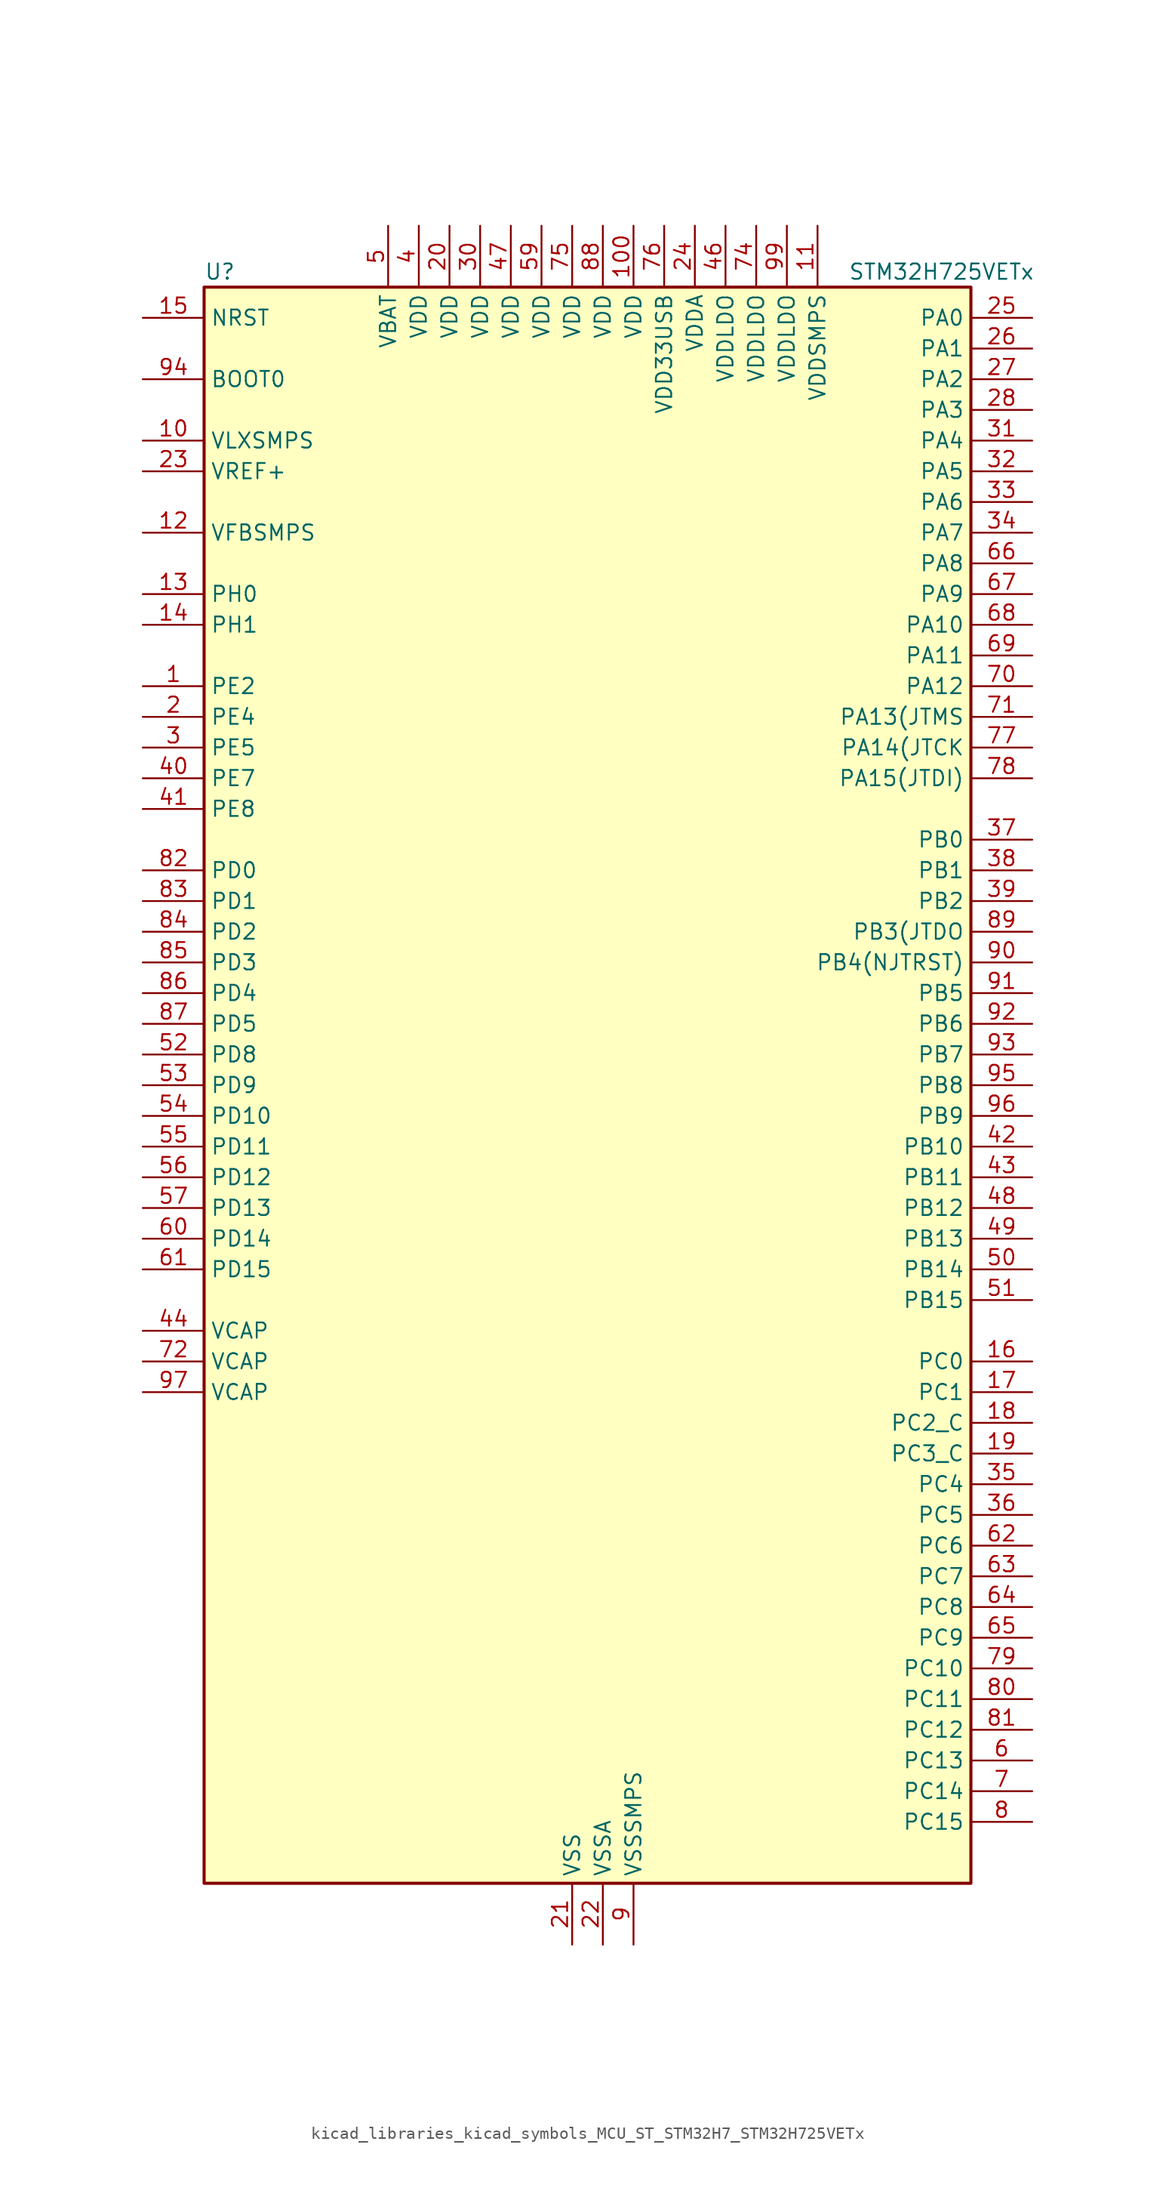
<source format=kicad_sym>
(kicad_symbol_lib
  (version 20220914)
  (generator kicad_symbol_editor)
  (symbol "kicad_libraries_kicad_symbols_MCU_ST_STM32H7_STM32H725VETx"
    (property "Reference" "U"
      (at -30.48 67.31 0)
      (effects (font (size 1.27 1.27)) (justify left)))
    (property "Value" "STM32H725VETx"
      (at 22.86 67.31 0)
      (effects (font (size 1.27 1.27)) (justify left)))
    (property "ki_locked" ""
      (at 0 0 0)
      (effects (font (size 1.27 1.27))))
    (symbol "kicad_libraries_kicad_symbols_MCU_ST_STM32H7_STM32H725VETx_0_1"
      (rectangle (start -30.48 -66.04) (end 33.02 66.04) (stroke (width 0.254) (type default)) (fill (type background))))
    (symbol "kicad_libraries_kicad_symbols_MCU_ST_STM32H7_STM32H725VETx_1_1"
      (pin bidirectional line (at -35.56 33.02 0) (length 5.08) (name "PE2" (effects (font (size 1.27 1.27)))) (number "1" (effects (font (size 1.27 1.27)))) (alternate "DEBUG_TRACECLK" bidirectional line) (alternate "ETH_TXD3" bidirectional line) (alternate "FMC_A23" bidirectional line) (alternate "OCTOSPIM_P1_IO2" bidirectional line) (alternate "SAI1_CK1" bidirectional line) (alternate "SAI1_MCLK_A" bidirectional line) (alternate "SAI4_CK1" bidirectional line) (alternate "SAI4_MCLK_A" bidirectional line) (alternate "SPI4_SCK" bidirectional line))
      (pin power_in line (at -35.56 53.34 0) (length 5.08) (name "VLXSMPS" (effects (font (size 1.27 1.27)))) (number "10" (effects (font (size 1.27 1.27)))))
      (pin power_in line (at 5.08 71.12 270) (length 5.08) (name "VDD" (effects (font (size 1.27 1.27)))) (number "100" (effects (font (size 1.27 1.27)))))
      (pin power_in line (at 20.32 71.12 270) (length 5.08) (name "VDDSMPS" (effects (font (size 1.27 1.27)))) (number "11" (effects (font (size 1.27 1.27)))))
      (pin input line (at -35.56 45.72 0) (length 5.08) (name "VFBSMPS" (effects (font (size 1.27 1.27)))) (number "12" (effects (font (size 1.27 1.27)))))
      (pin bidirectional line (at -35.56 40.64 0) (length 5.08) (name "PH0" (effects (font (size 1.27 1.27)))) (number "13" (effects (font (size 1.27 1.27)))) (alternate "RCC_OSC_IN" bidirectional line))
      (pin bidirectional line (at -35.56 38.1 0) (length 5.08) (name "PH1" (effects (font (size 1.27 1.27)))) (number "14" (effects (font (size 1.27 1.27)))) (alternate "RCC_OSC_OUT" bidirectional line))
      (pin input line (at -35.56 63.5 0) (length 5.08) (name "NRST" (effects (font (size 1.27 1.27)))) (number "15" (effects (font (size 1.27 1.27)))))
      (pin bidirectional line (at 38.1 -22.86 180) (length 5.08) (name "PC0" (effects (font (size 1.27 1.27)))) (number "16" (effects (font (size 1.27 1.27)))) (alternate "ADC1_INP10" bidirectional line) (alternate "ADC2_INP10" bidirectional line) (alternate "ADC3_INP10" bidirectional line) (alternate "DFSDM1_CKIN0" bidirectional line) (alternate "DFSDM1_DATIN4" bidirectional line) (alternate "FMC_A25" bidirectional line) (alternate "FMC_D12" bidirectional line) (alternate "FMC_DA12" bidirectional line) (alternate "FMC_SDNWE" bidirectional line) (alternate "LTDC_G2" bidirectional line) (alternate "LTDC_R5" bidirectional line) (alternate "SAI4_FS_B" bidirectional line) (alternate "USB_OTG_HS_ULPI_STP" bidirectional line))
      (pin bidirectional line (at 38.1 -25.4 180) (length 5.08) (name "PC1" (effects (font (size 1.27 1.27)))) (number "17" (effects (font (size 1.27 1.27)))) (alternate "ADC1_INN10" bidirectional line) (alternate "ADC1_INP11" bidirectional line) (alternate "ADC2_INN10" bidirectional line) (alternate "ADC2_INP11" bidirectional line) (alternate "ADC3_INN10" bidirectional line) (alternate "ADC3_INP11" bidirectional line) (alternate "DEBUG_TRACED0" bidirectional line) (alternate "DFSDM1_CKIN4" bidirectional line) (alternate "DFSDM1_DATIN0" bidirectional line) (alternate "ETH_MDC" bidirectional line) (alternate "I2S2_SDO" bidirectional line) (alternate "LTDC_G5" bidirectional line) (alternate "MDIOS_MDC" bidirectional line) (alternate "OCTOSPIM_P1_IO4" bidirectional line) (alternate "PWR_WKUP6" bidirectional line) (alternate "RTC_TAMP3" bidirectional line) (alternate "SAI1_D1" bidirectional line) (alternate "SAI1_SD_A" bidirectional line) (alternate "SAI4_D1" bidirectional line) (alternate "SAI4_SD_A" bidirectional line) (alternate "SDMMC2_CK" bidirectional line) (alternate "SPI2_MOSI" bidirectional line))
      (pin bidirectional line (at 38.1 -27.94 180) (length 5.08) (name "PC2_C" (effects (font (size 1.27 1.27)))) (number "18" (effects (font (size 1.27 1.27)))) (alternate "ADC3_INN1" bidirectional line) (alternate "ADC3_INP0" bidirectional line) (alternate "DFSDM1_CKIN1" bidirectional line) (alternate "DFSDM1_CKOUT" bidirectional line) (alternate "ETH_TXD2" bidirectional line) (alternate "FMC_SDNE0" bidirectional line) (alternate "I2S2_SDI" bidirectional line) (alternate "OCTOSPIM_P1_IO2" bidirectional line) (alternate "OCTOSPIM_P1_IO5" bidirectional line) (alternate "PWR_CSTOP" bidirectional line) (alternate "SPI2_MISO" bidirectional line) (alternate "USB_OTG_HS_ULPI_DIR" bidirectional line))
      (pin bidirectional line (at 38.1 -30.48 180) (length 5.08) (name "PC3_C" (effects (font (size 1.27 1.27)))) (number "19" (effects (font (size 1.27 1.27)))) (alternate "ADC3_INP1" bidirectional line) (alternate "DFSDM1_DATIN1" bidirectional line) (alternate "ETH_TX_CLK" bidirectional line) (alternate "FMC_SDCKE0" bidirectional line) (alternate "I2S2_SDO" bidirectional line) (alternate "OCTOSPIM_P1_IO0" bidirectional line) (alternate "OCTOSPIM_P1_IO6" bidirectional line) (alternate "PWR_CSLEEP" bidirectional line) (alternate "SPI2_MOSI" bidirectional line) (alternate "USB_OTG_HS_ULPI_NXT" bidirectional line))
      (pin bidirectional line (at -35.56 30.48 0) (length 5.08) (name "PE4" (effects (font (size 1.27 1.27)))) (number "2" (effects (font (size 1.27 1.27)))) (alternate "DCMI_D4" bidirectional line) (alternate "DEBUG_TRACED1" bidirectional line) (alternate "DFSDM1_DATIN3" bidirectional line) (alternate "FMC_A20" bidirectional line) (alternate "LTDC_B0" bidirectional line) (alternate "PSSI_D4" bidirectional line) (alternate "SAI1_D2" bidirectional line) (alternate "SAI1_FS_A" bidirectional line) (alternate "SAI4_D2" bidirectional line) (alternate "SAI4_FS_A" bidirectional line) (alternate "SPI4_NSS" bidirectional line) (alternate "TIM15_CH1N" bidirectional line))
      (pin power_in line (at -10.16 71.12 270) (length 5.08) (name "VDD" (effects (font (size 1.27 1.27)))) (number "20" (effects (font (size 1.27 1.27)))))
      (pin power_in line (at 0 -71.12 90) (length 5.08) (name "VSS" (effects (font (size 1.27 1.27)))) (number "21" (effects (font (size 1.27 1.27)))))
      (pin power_in line (at 2.54 -71.12 90) (length 5.08) (name "VSSA" (effects (font (size 1.27 1.27)))) (number "22" (effects (font (size 1.27 1.27)))))
      (pin input line (at -35.56 50.8 0) (length 5.08) (name "VREF+" (effects (font (size 1.27 1.27)))) (number "23" (effects (font (size 1.27 1.27)))) (alternate "VREFBUF_OUT" bidirectional line))
      (pin power_in line (at 10.16 71.12 270) (length 5.08) (name "VDDA" (effects (font (size 1.27 1.27)))) (number "24" (effects (font (size 1.27 1.27)))))
      (pin bidirectional line (at 38.1 63.5 180) (length 5.08) (name "PA0" (effects (font (size 1.27 1.27)))) (number "25" (effects (font (size 1.27 1.27)))) (alternate "ADC1_INP16" bidirectional line) (alternate "ETH_CRS" bidirectional line) (alternate "FMC_A19" bidirectional line) (alternate "I2S6_WS" bidirectional line) (alternate "PWR_WKUP1" bidirectional line) (alternate "SAI4_SD_B" bidirectional line) (alternate "SDMMC2_CMD" bidirectional line) (alternate "SPI6_NSS" bidirectional line) (alternate "TIM15_BKIN" bidirectional line) (alternate "TIM2_CH1" bidirectional line) (alternate "TIM2_ETR" bidirectional line) (alternate "TIM5_CH1" bidirectional line) (alternate "TIM8_ETR" bidirectional line) (alternate "UART4_TX" bidirectional line) (alternate "USART2_CTS" bidirectional line) (alternate "USART2_NSS" bidirectional line))
      (pin bidirectional line (at 38.1 60.96 180) (length 5.08) (name "PA1" (effects (font (size 1.27 1.27)))) (number "26" (effects (font (size 1.27 1.27)))) (alternate "ADC1_INN16" bidirectional line) (alternate "ADC1_INP17" bidirectional line) (alternate "ETH_REF_CLK" bidirectional line) (alternate "ETH_RX_CLK" bidirectional line) (alternate "LPTIM3_OUT" bidirectional line) (alternate "LTDC_R2" bidirectional line) (alternate "OCTOSPIM_P1_DQS" bidirectional line) (alternate "OCTOSPIM_P1_IO3" bidirectional line) (alternate "SAI4_MCLK_B" bidirectional line) (alternate "TIM15_CH1N" bidirectional line) (alternate "TIM2_CH2" bidirectional line) (alternate "TIM5_CH2" bidirectional line) (alternate "UART4_RX" bidirectional line) (alternate "USART2_DE" bidirectional line) (alternate "USART2_RTS" bidirectional line))
      (pin bidirectional line (at 38.1 58.42 180) (length 5.08) (name "PA2" (effects (font (size 1.27 1.27)))) (number "27" (effects (font (size 1.27 1.27)))) (alternate "ADC1_INP14" bidirectional line) (alternate "ADC2_INP14" bidirectional line) (alternate "ETH_MDIO" bidirectional line) (alternate "LPTIM4_OUT" bidirectional line) (alternate "LTDC_R1" bidirectional line) (alternate "MDIOS_MDIO" bidirectional line) (alternate "OCTOSPIM_P1_IO0" bidirectional line) (alternate "PWR_WKUP2" bidirectional line) (alternate "SAI4_SCK_B" bidirectional line) (alternate "TIM15_CH1" bidirectional line) (alternate "TIM2_CH3" bidirectional line) (alternate "TIM5_CH3" bidirectional line) (alternate "USART2_TX" bidirectional line))
      (pin bidirectional line (at 38.1 55.88 180) (length 5.08) (name "PA3" (effects (font (size 1.27 1.27)))) (number "28" (effects (font (size 1.27 1.27)))) (alternate "ADC1_INP15" bidirectional line) (alternate "ADC2_INP15" bidirectional line) (alternate "ETH_COL" bidirectional line) (alternate "I2S6_MCK" bidirectional line) (alternate "LPTIM5_OUT" bidirectional line) (alternate "LTDC_B2" bidirectional line) (alternate "LTDC_B5" bidirectional line) (alternate "OCTOSPIM_P1_CLK" bidirectional line) (alternate "OCTOSPIM_P1_IO2" bidirectional line) (alternate "TIM15_CH2" bidirectional line) (alternate "TIM2_CH4" bidirectional line) (alternate "TIM5_CH4" bidirectional line) (alternate "USART2_RX" bidirectional line) (alternate "USB_OTG_HS_ULPI_D0" bidirectional line))
      (pin passive line (at 0 -71.12 90) (length 5.08) hide (name "VSS" (effects (font (size 1.27 1.27)))) (number "29" (effects (font (size 1.27 1.27)))))
      (pin bidirectional line (at -35.56 27.94 0) (length 5.08) (name "PE5" (effects (font (size 1.27 1.27)))) (number "3" (effects (font (size 1.27 1.27)))) (alternate "DCMI_D6" bidirectional line) (alternate "DEBUG_TRACED2" bidirectional line) (alternate "DFSDM1_CKIN3" bidirectional line) (alternate "FMC_A21" bidirectional line) (alternate "LTDC_G0" bidirectional line) (alternate "PSSI_D6" bidirectional line) (alternate "SAI1_CK2" bidirectional line) (alternate "SAI1_SCK_A" bidirectional line) (alternate "SAI4_CK2" bidirectional line) (alternate "SAI4_SCK_A" bidirectional line) (alternate "SPI4_MISO" bidirectional line) (alternate "TIM15_CH1" bidirectional line))
      (pin power_in line (at -7.62 71.12 270) (length 5.08) (name "VDD" (effects (font (size 1.27 1.27)))) (number "30" (effects (font (size 1.27 1.27)))))
      (pin bidirectional line (at 38.1 53.34 180) (length 5.08) (name "PA4" (effects (font (size 1.27 1.27)))) (number "31" (effects (font (size 1.27 1.27)))) (alternate "ADC1_INP18" bidirectional line) (alternate "ADC2_INP18" bidirectional line) (alternate "DAC1_OUT1" bidirectional line) (alternate "DCMI_HSYNC" bidirectional line) (alternate "FMC_D8" bidirectional line) (alternate "FMC_DA8" bidirectional line) (alternate "I2S1_WS" bidirectional line) (alternate "I2S3_WS" bidirectional line) (alternate "I2S6_WS" bidirectional line) (alternate "LTDC_VSYNC" bidirectional line) (alternate "PSSI_DE" bidirectional line) (alternate "SPI1_NSS" bidirectional line) (alternate "SPI3_NSS" bidirectional line) (alternate "SPI6_NSS" bidirectional line) (alternate "TIM5_ETR" bidirectional line) (alternate "USART2_CK" bidirectional line))
      (pin bidirectional line (at 38.1 50.8 180) (length 5.08) (name "PA5" (effects (font (size 1.27 1.27)))) (number "32" (effects (font (size 1.27 1.27)))) (alternate "ADC1_INN18" bidirectional line) (alternate "ADC1_INP19" bidirectional line) (alternate "ADC2_INN18" bidirectional line) (alternate "ADC2_INP19" bidirectional line) (alternate "DAC1_OUT2" bidirectional line) (alternate "FMC_D9" bidirectional line) (alternate "FMC_DA9" bidirectional line) (alternate "I2S1_CK" bidirectional line) (alternate "I2S6_CK" bidirectional line) (alternate "LTDC_R4" bidirectional line) (alternate "PSSI_D14" bidirectional line) (alternate "PWR_NDSTOP2" bidirectional line) (alternate "SPI1_SCK" bidirectional line) (alternate "SPI6_SCK" bidirectional line) (alternate "TIM2_CH1" bidirectional line) (alternate "TIM2_ETR" bidirectional line) (alternate "TIM8_CH1N" bidirectional line) (alternate "USB_OTG_HS_ULPI_CK" bidirectional line))
      (pin bidirectional line (at 38.1 48.26 180) (length 5.08) (name "PA6" (effects (font (size 1.27 1.27)))) (number "33" (effects (font (size 1.27 1.27)))) (alternate "ADC1_INP3" bidirectional line) (alternate "ADC2_INP3" bidirectional line) (alternate "DCMI_PIXCLK" bidirectional line) (alternate "I2S1_SDI" bidirectional line) (alternate "I2S6_SDI" bidirectional line) (alternate "LTDC_G2" bidirectional line) (alternate "MDIOS_MDC" bidirectional line) (alternate "OCTOSPIM_P1_IO3" bidirectional line) (alternate "PSSI_PDCK" bidirectional line) (alternate "SPI1_MISO" bidirectional line) (alternate "SPI6_MISO" bidirectional line) (alternate "TIM13_CH1" bidirectional line) (alternate "TIM1_BKIN" bidirectional line) (alternate "TIM1_BKIN_COMP1" bidirectional line) (alternate "TIM1_BKIN_COMP2" bidirectional line) (alternate "TIM3_CH1" bidirectional line) (alternate "TIM8_BKIN" bidirectional line) (alternate "TIM8_BKIN_COMP1" bidirectional line) (alternate "TIM8_BKIN_COMP2" bidirectional line))
      (pin bidirectional line (at 38.1 45.72 180) (length 5.08) (name "PA7" (effects (font (size 1.27 1.27)))) (number "34" (effects (font (size 1.27 1.27)))) (alternate "ADC1_INN3" bidirectional line) (alternate "ADC1_INP7" bidirectional line) (alternate "ADC2_INN3" bidirectional line) (alternate "ADC2_INP7" bidirectional line) (alternate "ETH_CRS_DV" bidirectional line) (alternate "ETH_RX_DV" bidirectional line) (alternate "FMC_SDNWE" bidirectional line) (alternate "I2S1_SDO" bidirectional line) (alternate "I2S6_SDO" bidirectional line) (alternate "LTDC_VSYNC" bidirectional line) (alternate "OCTOSPIM_P1_IO2" bidirectional line) (alternate "OPAMP1_VINM" bidirectional line) (alternate "SPI1_MOSI" bidirectional line) (alternate "SPI6_MOSI" bidirectional line) (alternate "TIM14_CH1" bidirectional line) (alternate "TIM1_CH1N" bidirectional line) (alternate "TIM3_CH2" bidirectional line) (alternate "TIM8_CH1N" bidirectional line))
      (pin bidirectional line (at 38.1 -33.02 180) (length 5.08) (name "PC4" (effects (font (size 1.27 1.27)))) (number "35" (effects (font (size 1.27 1.27)))) (alternate "ADC1_INP4" bidirectional line) (alternate "ADC2_INP4" bidirectional line) (alternate "COMP1_INM" bidirectional line) (alternate "DFSDM1_CKIN2" bidirectional line) (alternate "ETH_RXD0" bidirectional line) (alternate "FMC_A22" bidirectional line) (alternate "FMC_SDNE0" bidirectional line) (alternate "I2S1_MCK" bidirectional line) (alternate "LTDC_R7" bidirectional line) (alternate "OPAMP1_VOUT" bidirectional line) (alternate "SDMMC2_CKIN" bidirectional line) (alternate "SPDIFRX1_IN2" bidirectional line))
      (pin bidirectional line (at 38.1 -35.56 180) (length 5.08) (name "PC5" (effects (font (size 1.27 1.27)))) (number "36" (effects (font (size 1.27 1.27)))) (alternate "ADC1_INN4" bidirectional line) (alternate "ADC1_INP8" bidirectional line) (alternate "ADC2_INN4" bidirectional line) (alternate "ADC2_INP8" bidirectional line) (alternate "COMP1_OUT" bidirectional line) (alternate "DFSDM1_DATIN2" bidirectional line) (alternate "ETH_RXD1" bidirectional line) (alternate "FMC_SDCKE0" bidirectional line) (alternate "LTDC_DE" bidirectional line) (alternate "OCTOSPIM_P1_DQS" bidirectional line) (alternate "OPAMP1_VINM" bidirectional line) (alternate "PSSI_D15" bidirectional line) (alternate "SAI1_D3" bidirectional line) (alternate "SAI4_D3" bidirectional line) (alternate "SPDIFRX1_IN3" bidirectional line))
      (pin bidirectional line (at 38.1 20.32 180) (length 5.08) (name "PB0" (effects (font (size 1.27 1.27)))) (number "37" (effects (font (size 1.27 1.27)))) (alternate "ADC1_INN5" bidirectional line) (alternate "ADC1_INP9" bidirectional line) (alternate "ADC2_INN5" bidirectional line) (alternate "ADC2_INP9" bidirectional line) (alternate "COMP1_INP" bidirectional line) (alternate "DFSDM1_CKOUT" bidirectional line) (alternate "ETH_RXD2" bidirectional line) (alternate "LTDC_G1" bidirectional line) (alternate "LTDC_R3" bidirectional line) (alternate "OCTOSPIM_P1_IO1" bidirectional line) (alternate "OPAMP1_VINP" bidirectional line) (alternate "TIM1_CH2N" bidirectional line) (alternate "TIM3_CH3" bidirectional line) (alternate "TIM8_CH2N" bidirectional line) (alternate "UART4_CTS" bidirectional line) (alternate "USB_OTG_HS_ULPI_D1" bidirectional line))
      (pin bidirectional line (at 38.1 17.78 180) (length 5.08) (name "PB1" (effects (font (size 1.27 1.27)))) (number "38" (effects (font (size 1.27 1.27)))) (alternate "ADC1_INP5" bidirectional line) (alternate "ADC2_INP5" bidirectional line) (alternate "COMP1_INM" bidirectional line) (alternate "DFSDM1_DATIN1" bidirectional line) (alternate "ETH_RXD3" bidirectional line) (alternate "LTDC_G0" bidirectional line) (alternate "LTDC_R6" bidirectional line) (alternate "OCTOSPIM_P1_IO0" bidirectional line) (alternate "TIM1_CH3N" bidirectional line) (alternate "TIM3_CH4" bidirectional line) (alternate "TIM8_CH3N" bidirectional line) (alternate "USB_OTG_HS_ULPI_D2" bidirectional line))
      (pin bidirectional line (at 38.1 15.24 180) (length 5.08) (name "PB2" (effects (font (size 1.27 1.27)))) (number "39" (effects (font (size 1.27 1.27)))) (alternate "COMP1_INP" bidirectional line) (alternate "DFSDM1_CKIN1" bidirectional line) (alternate "ETH_TX_ER" bidirectional line) (alternate "I2S3_SDO" bidirectional line) (alternate "OCTOSPIM_P1_CLK" bidirectional line) (alternate "OCTOSPIM_P1_DQS" bidirectional line) (alternate "RTC_OUT_ALARM" bidirectional line) (alternate "RTC_OUT_CALIB" bidirectional line) (alternate "SAI1_D1" bidirectional line) (alternate "SAI1_SD_A" bidirectional line) (alternate "SAI4_D1" bidirectional line) (alternate "SAI4_SD_A" bidirectional line) (alternate "SPI3_MOSI" bidirectional line) (alternate "TIM23_ETR" bidirectional line))
      (pin power_in line (at -12.7 71.12 270) (length 5.08) (name "VDD" (effects (font (size 1.27 1.27)))) (number "4" (effects (font (size 1.27 1.27)))))
      (pin bidirectional line (at -35.56 25.4 0) (length 5.08) (name "PE7" (effects (font (size 1.27 1.27)))) (number "40" (effects (font (size 1.27 1.27)))) (alternate "COMP2_INM" bidirectional line) (alternate "DFSDM1_DATIN2" bidirectional line) (alternate "FMC_D4" bidirectional line) (alternate "FMC_DA4" bidirectional line) (alternate "OCTOSPIM_P1_IO4" bidirectional line) (alternate "OPAMP2_VOUT" bidirectional line) (alternate "TIM1_ETR" bidirectional line) (alternate "UART7_RX" bidirectional line))
      (pin bidirectional line (at -35.56 22.86 0) (length 5.08) (name "PE8" (effects (font (size 1.27 1.27)))) (number "41" (effects (font (size 1.27 1.27)))) (alternate "COMP2_OUT" bidirectional line) (alternate "DFSDM1_CKIN2" bidirectional line) (alternate "FMC_D5" bidirectional line) (alternate "FMC_DA5" bidirectional line) (alternate "OCTOSPIM_P1_IO5" bidirectional line) (alternate "OPAMP2_VINM" bidirectional line) (alternate "TIM1_CH1N" bidirectional line) (alternate "UART7_TX" bidirectional line))
      (pin bidirectional line (at 38.1 -5.08 180) (length 5.08) (name "PB10" (effects (font (size 1.27 1.27)))) (number "42" (effects (font (size 1.27 1.27)))) (alternate "DFSDM1_DATIN7" bidirectional line) (alternate "ETH_RX_ER" bidirectional line) (alternate "I2C2_SCL" bidirectional line) (alternate "I2S2_CK" bidirectional line) (alternate "LPTIM2_IN1" bidirectional line) (alternate "LTDC_G4" bidirectional line) (alternate "OCTOSPIM_P1_NCS" bidirectional line) (alternate "SPI2_SCK" bidirectional line) (alternate "TIM2_CH3" bidirectional line) (alternate "USART3_TX" bidirectional line) (alternate "USB_OTG_HS_ULPI_D3" bidirectional line))
      (pin bidirectional line (at 38.1 -7.62 180) (length 5.08) (name "PB11" (effects (font (size 1.27 1.27)))) (number "43" (effects (font (size 1.27 1.27)))) (alternate "ADC1_EXTI11" bidirectional line) (alternate "ADC2_EXTI11" bidirectional line) (alternate "ADC3_EXTI11" bidirectional line) (alternate "DFSDM1_CKIN7" bidirectional line) (alternate "ETH_TX_EN" bidirectional line) (alternate "I2C2_SDA" bidirectional line) (alternate "LPTIM2_ETR" bidirectional line) (alternate "LTDC_G5" bidirectional line) (alternate "TIM2_CH4" bidirectional line) (alternate "USART3_RX" bidirectional line) (alternate "USB_OTG_HS_ULPI_D4" bidirectional line))
      (pin power_out line (at -35.56 -20.32 0) (length 5.08) (name "VCAP" (effects (font (size 1.27 1.27)))) (number "44" (effects (font (size 1.27 1.27)))))
      (pin passive line (at 0 -71.12 90) (length 5.08) hide (name "VSS" (effects (font (size 1.27 1.27)))) (number "45" (effects (font (size 1.27 1.27)))))
      (pin power_in line (at 12.7 71.12 270) (length 5.08) (name "VDDLDO" (effects (font (size 1.27 1.27)))) (number "46" (effects (font (size 1.27 1.27)))))
      (pin power_in line (at -5.08 71.12 270) (length 5.08) (name "VDD" (effects (font (size 1.27 1.27)))) (number "47" (effects (font (size 1.27 1.27)))))
      (pin bidirectional line (at 38.1 -10.16 180) (length 5.08) (name "PB12" (effects (font (size 1.27 1.27)))) (number "48" (effects (font (size 1.27 1.27)))) (alternate "DFSDM1_DATIN1" bidirectional line) (alternate "ETH_TXD0" bidirectional line) (alternate "FDCAN2_RX" bidirectional line) (alternate "I2C2_SMBA" bidirectional line) (alternate "I2S2_WS" bidirectional line) (alternate "OCTOSPIM_P1_IO0" bidirectional line) (alternate "OCTOSPIM_P1_NCLK" bidirectional line) (alternate "SPI2_NSS" bidirectional line) (alternate "TIM1_BKIN" bidirectional line) (alternate "TIM1_BKIN_COMP1" bidirectional line) (alternate "TIM1_BKIN_COMP2" bidirectional line) (alternate "UART5_RX" bidirectional line) (alternate "USART3_CK" bidirectional line) (alternate "USB_OTG_HS_ULPI_D5" bidirectional line))
      (pin bidirectional line (at 38.1 -12.7 180) (length 5.08) (name "PB13" (effects (font (size 1.27 1.27)))) (number "49" (effects (font (size 1.27 1.27)))) (alternate "DCMI_D2" bidirectional line) (alternate "DFSDM1_CKIN1" bidirectional line) (alternate "ETH_TXD1" bidirectional line) (alternate "FDCAN2_TX" bidirectional line) (alternate "I2S2_CK" bidirectional line) (alternate "LPTIM2_OUT" bidirectional line) (alternate "OCTOSPIM_P1_IO2" bidirectional line) (alternate "PSSI_D2" bidirectional line) (alternate "SDMMC1_D0" bidirectional line) (alternate "SPI2_SCK" bidirectional line) (alternate "TIM1_CH1N" bidirectional line) (alternate "UART5_TX" bidirectional line) (alternate "USART3_CTS" bidirectional line) (alternate "USART3_NSS" bidirectional line) (alternate "USB_OTG_HS_ULPI_D6" bidirectional line))
      (pin power_in line (at -15.24 71.12 270) (length 5.08) (name "VBAT" (effects (font (size 1.27 1.27)))) (number "5" (effects (font (size 1.27 1.27)))))
      (pin bidirectional line (at 38.1 -15.24 180) (length 5.08) (name "PB14" (effects (font (size 1.27 1.27)))) (number "50" (effects (font (size 1.27 1.27)))) (alternate "DFSDM1_DATIN2" bidirectional line) (alternate "FMC_D10" bidirectional line) (alternate "FMC_DA10" bidirectional line) (alternate "I2S2_SDI" bidirectional line) (alternate "LTDC_CLK" bidirectional line) (alternate "SDMMC2_D0" bidirectional line) (alternate "SPI2_MISO" bidirectional line) (alternate "TIM12_CH1" bidirectional line) (alternate "TIM1_CH2N" bidirectional line) (alternate "TIM8_CH2N" bidirectional line) (alternate "UART4_DE" bidirectional line) (alternate "UART4_RTS" bidirectional line) (alternate "USART1_TX" bidirectional line) (alternate "USART3_DE" bidirectional line) (alternate "USART3_RTS" bidirectional line))
      (pin bidirectional line (at 38.1 -17.78 180) (length 5.08) (name "PB15" (effects (font (size 1.27 1.27)))) (number "51" (effects (font (size 1.27 1.27)))) (alternate "ADC1_EXTI15" bidirectional line) (alternate "ADC2_EXTI15" bidirectional line) (alternate "ADC3_EXTI15" bidirectional line) (alternate "DFSDM1_CKIN2" bidirectional line) (alternate "FMC_D11" bidirectional line) (alternate "FMC_DA11" bidirectional line) (alternate "I2S2_SDO" bidirectional line) (alternate "LTDC_G7" bidirectional line) (alternate "RTC_REFIN" bidirectional line) (alternate "SDMMC2_D1" bidirectional line) (alternate "SPI2_MOSI" bidirectional line) (alternate "TIM12_CH2" bidirectional line) (alternate "TIM1_CH3N" bidirectional line) (alternate "TIM8_CH3N" bidirectional line) (alternate "UART4_CTS" bidirectional line) (alternate "USART1_RX" bidirectional line))
      (pin bidirectional line (at -35.56 2.54 0) (length 5.08) (name "PD8" (effects (font (size 1.27 1.27)))) (number "52" (effects (font (size 1.27 1.27)))) (alternate "DFSDM1_CKIN3" bidirectional line) (alternate "FMC_D13" bidirectional line) (alternate "FMC_DA13" bidirectional line) (alternate "SPDIFRX1_IN1" bidirectional line) (alternate "USART3_TX" bidirectional line))
      (pin bidirectional line (at -35.56 0 0) (length 5.08) (name "PD9" (effects (font (size 1.27 1.27)))) (number "53" (effects (font (size 1.27 1.27)))) (alternate "DAC1_EXTI9" bidirectional line) (alternate "DFSDM1_DATIN3" bidirectional line) (alternate "FMC_D14" bidirectional line) (alternate "FMC_DA14" bidirectional line) (alternate "USART3_RX" bidirectional line))
      (pin bidirectional line (at -35.56 -2.54 0) (length 5.08) (name "PD10" (effects (font (size 1.27 1.27)))) (number "54" (effects (font (size 1.27 1.27)))) (alternate "DFSDM1_CKOUT" bidirectional line) (alternate "FMC_D15" bidirectional line) (alternate "FMC_DA15" bidirectional line) (alternate "LTDC_B3" bidirectional line) (alternate "USART3_CK" bidirectional line))
      (pin bidirectional line (at -35.56 -5.08 0) (length 5.08) (name "PD11" (effects (font (size 1.27 1.27)))) (number "55" (effects (font (size 1.27 1.27)))) (alternate "ADC1_EXTI11" bidirectional line) (alternate "ADC2_EXTI11" bidirectional line) (alternate "ADC3_EXTI11" bidirectional line) (alternate "FMC_A16" bidirectional line) (alternate "FMC_CLE" bidirectional line) (alternate "I2C4_SMBA" bidirectional line) (alternate "LPTIM2_IN2" bidirectional line) (alternate "OCTOSPIM_P1_IO0" bidirectional line) (alternate "SAI4_SD_A" bidirectional line) (alternate "USART3_CTS" bidirectional line) (alternate "USART3_NSS" bidirectional line))
      (pin bidirectional line (at -35.56 -7.62 0) (length 5.08) (name "PD12" (effects (font (size 1.27 1.27)))) (number "56" (effects (font (size 1.27 1.27)))) (alternate "DCMI_D12" bidirectional line) (alternate "FDCAN3_RX" bidirectional line) (alternate "FMC_A17" bidirectional line) (alternate "FMC_ALE" bidirectional line) (alternate "I2C4_SCL" bidirectional line) (alternate "LPTIM1_IN1" bidirectional line) (alternate "LPTIM2_IN1" bidirectional line) (alternate "OCTOSPIM_P1_IO1" bidirectional line) (alternate "PSSI_D12" bidirectional line) (alternate "SAI4_FS_A" bidirectional line) (alternate "TIM4_CH1" bidirectional line) (alternate "USART3_DE" bidirectional line) (alternate "USART3_RTS" bidirectional line))
      (pin bidirectional line (at -35.56 -10.16 0) (length 5.08) (name "PD13" (effects (font (size 1.27 1.27)))) (number "57" (effects (font (size 1.27 1.27)))) (alternate "DCMI_D13" bidirectional line) (alternate "FDCAN3_TX" bidirectional line) (alternate "FMC_A18" bidirectional line) (alternate "I2C4_SDA" bidirectional line) (alternate "LPTIM1_OUT" bidirectional line) (alternate "OCTOSPIM_P1_IO3" bidirectional line) (alternate "PSSI_D13" bidirectional line) (alternate "SAI4_SCK_A" bidirectional line) (alternate "TIM4_CH2" bidirectional line) (alternate "UART9_DE" bidirectional line) (alternate "UART9_RTS" bidirectional line))
      (pin passive line (at 0 -71.12 90) (length 5.08) hide (name "VSS" (effects (font (size 1.27 1.27)))) (number "58" (effects (font (size 1.27 1.27)))))
      (pin power_in line (at -2.54 71.12 270) (length 5.08) (name "VDD" (effects (font (size 1.27 1.27)))) (number "59" (effects (font (size 1.27 1.27)))))
      (pin bidirectional line (at 38.1 -55.88 180) (length 5.08) (name "PC13" (effects (font (size 1.27 1.27)))) (number "6" (effects (font (size 1.27 1.27)))) (alternate "PWR_WKUP4" bidirectional line) (alternate "RTC_OUT_ALARM" bidirectional line) (alternate "RTC_OUT_CALIB" bidirectional line) (alternate "RTC_TAMP1" bidirectional line) (alternate "RTC_TS" bidirectional line))
      (pin bidirectional line (at -35.56 -12.7 0) (length 5.08) (name "PD14" (effects (font (size 1.27 1.27)))) (number "60" (effects (font (size 1.27 1.27)))) (alternate "FMC_D0" bidirectional line) (alternate "FMC_DA0" bidirectional line) (alternate "TIM4_CH3" bidirectional line) (alternate "UART9_RX" bidirectional line))
      (pin bidirectional line (at -35.56 -15.24 0) (length 5.08) (name "PD15" (effects (font (size 1.27 1.27)))) (number "61" (effects (font (size 1.27 1.27)))) (alternate "ADC1_EXTI15" bidirectional line) (alternate "ADC2_EXTI15" bidirectional line) (alternate "ADC3_EXTI15" bidirectional line) (alternate "FMC_D1" bidirectional line) (alternate "FMC_DA1" bidirectional line) (alternate "TIM4_CH4" bidirectional line) (alternate "UART9_TX" bidirectional line))
      (pin bidirectional line (at 38.1 -38.1 180) (length 5.08) (name "PC6" (effects (font (size 1.27 1.27)))) (number "62" (effects (font (size 1.27 1.27)))) (alternate "DCMI_D0" bidirectional line) (alternate "DFSDM1_CKIN3" bidirectional line) (alternate "FMC_NWAIT" bidirectional line) (alternate "I2S2_MCK" bidirectional line) (alternate "LTDC_HSYNC" bidirectional line) (alternate "PSSI_D0" bidirectional line) (alternate "SDMMC1_D0DIR" bidirectional line) (alternate "SDMMC1_D6" bidirectional line) (alternate "SDMMC2_D6" bidirectional line) (alternate "SWPMI1_IO" bidirectional line) (alternate "TIM3_CH1" bidirectional line) (alternate "TIM8_CH1" bidirectional line) (alternate "USART6_TX" bidirectional line))
      (pin bidirectional line (at 38.1 -40.64 180) (length 5.08) (name "PC7" (effects (font (size 1.27 1.27)))) (number "63" (effects (font (size 1.27 1.27)))) (alternate "DCMI_D1" bidirectional line) (alternate "DEBUG_TRGIO" bidirectional line) (alternate "DFSDM1_DATIN3" bidirectional line) (alternate "FMC_NE1" bidirectional line) (alternate "I2S3_MCK" bidirectional line) (alternate "LTDC_G6" bidirectional line) (alternate "PSSI_D1" bidirectional line) (alternate "SDMMC1_D123DIR" bidirectional line) (alternate "SDMMC1_D7" bidirectional line) (alternate "SDMMC2_D7" bidirectional line) (alternate "SWPMI1_TX" bidirectional line) (alternate "TIM3_CH2" bidirectional line) (alternate "TIM8_CH2" bidirectional line) (alternate "USART6_RX" bidirectional line))
      (pin bidirectional line (at 38.1 -43.18 180) (length 5.08) (name "PC8" (effects (font (size 1.27 1.27)))) (number "64" (effects (font (size 1.27 1.27)))) (alternate "DCMI_D2" bidirectional line) (alternate "DEBUG_TRACED1" bidirectional line) (alternate "FMC_INT" bidirectional line) (alternate "FMC_NCE" bidirectional line) (alternate "FMC_NE2" bidirectional line) (alternate "PSSI_D2" bidirectional line) (alternate "SDMMC1_D0" bidirectional line) (alternate "SWPMI1_RX" bidirectional line) (alternate "TIM3_CH3" bidirectional line) (alternate "TIM8_CH3" bidirectional line) (alternate "UART5_DE" bidirectional line) (alternate "UART5_RTS" bidirectional line) (alternate "USART6_CK" bidirectional line))
      (pin bidirectional line (at 38.1 -45.72 180) (length 5.08) (name "PC9" (effects (font (size 1.27 1.27)))) (number "65" (effects (font (size 1.27 1.27)))) (alternate "DAC1_EXTI9" bidirectional line) (alternate "DCMI_D3" bidirectional line) (alternate "I2C3_SDA" bidirectional line) (alternate "I2C5_SDA" bidirectional line) (alternate "I2S_CKIN" bidirectional line) (alternate "LTDC_B2" bidirectional line) (alternate "LTDC_G3" bidirectional line) (alternate "OCTOSPIM_P1_IO0" bidirectional line) (alternate "PSSI_D3" bidirectional line) (alternate "RCC_MCO_2" bidirectional line) (alternate "SDMMC1_D1" bidirectional line) (alternate "SWPMI1_SUSPEND" bidirectional line) (alternate "TIM3_CH4" bidirectional line) (alternate "TIM8_CH4" bidirectional line) (alternate "UART5_CTS" bidirectional line))
      (pin bidirectional line (at 38.1 43.18 180) (length 5.08) (name "PA8" (effects (font (size 1.27 1.27)))) (number "66" (effects (font (size 1.27 1.27)))) (alternate "I2C3_SCL" bidirectional line) (alternate "I2C5_SCL" bidirectional line) (alternate "LTDC_B3" bidirectional line) (alternate "LTDC_R6" bidirectional line) (alternate "RCC_MCO_1" bidirectional line) (alternate "TIM1_CH1" bidirectional line) (alternate "TIM8_BKIN2" bidirectional line) (alternate "TIM8_BKIN2_COMP1" bidirectional line) (alternate "TIM8_BKIN2_COMP2" bidirectional line) (alternate "UART7_RX" bidirectional line) (alternate "USART1_CK" bidirectional line) (alternate "USB_OTG_HS_SOF" bidirectional line))
      (pin bidirectional line (at 38.1 40.64 180) (length 5.08) (name "PA9" (effects (font (size 1.27 1.27)))) (number "67" (effects (font (size 1.27 1.27)))) (alternate "DAC1_EXTI9" bidirectional line) (alternate "DCMI_D0" bidirectional line) (alternate "ETH_TX_ER" bidirectional line) (alternate "I2C3_SMBA" bidirectional line) (alternate "I2C5_SMBA" bidirectional line) (alternate "I2S2_CK" bidirectional line) (alternate "LPUART1_TX" bidirectional line) (alternate "LTDC_R5" bidirectional line) (alternate "PSSI_D0" bidirectional line) (alternate "SPI2_SCK" bidirectional line) (alternate "TIM1_CH2" bidirectional line) (alternate "USART1_TX" bidirectional line) (alternate "USB_OTG_HS_VBUS" bidirectional line))
      (pin bidirectional line (at 38.1 38.1 180) (length 5.08) (name "PA10" (effects (font (size 1.27 1.27)))) (number "68" (effects (font (size 1.27 1.27)))) (alternate "DCMI_D1" bidirectional line) (alternate "LPUART1_RX" bidirectional line) (alternate "LTDC_B1" bidirectional line) (alternate "LTDC_B4" bidirectional line) (alternate "MDIOS_MDIO" bidirectional line) (alternate "PSSI_D1" bidirectional line) (alternate "TIM1_CH3" bidirectional line) (alternate "USART1_RX" bidirectional line) (alternate "USB_OTG_HS_ID" bidirectional line))
      (pin bidirectional line (at 38.1 35.56 180) (length 5.08) (name "PA11" (effects (font (size 1.27 1.27)))) (number "69" (effects (font (size 1.27 1.27)))) (alternate "ADC1_EXTI11" bidirectional line) (alternate "ADC2_EXTI11" bidirectional line) (alternate "ADC3_EXTI11" bidirectional line) (alternate "FDCAN1_RX" bidirectional line) (alternate "I2S2_WS" bidirectional line) (alternate "LPUART1_CTS" bidirectional line) (alternate "LTDC_R4" bidirectional line) (alternate "SPI2_NSS" bidirectional line) (alternate "TIM1_CH4" bidirectional line) (alternate "UART4_RX" bidirectional line) (alternate "USART1_CTS" bidirectional line) (alternate "USART1_NSS" bidirectional line) (alternate "USB_OTG_HS_DM" bidirectional line))
      (pin bidirectional line (at 38.1 -58.42 180) (length 5.08) (name "PC14" (effects (font (size 1.27 1.27)))) (number "7" (effects (font (size 1.27 1.27)))) (alternate "RCC_OSC32_IN" bidirectional line))
      (pin bidirectional line (at 38.1 33.02 180) (length 5.08) (name "PA12" (effects (font (size 1.27 1.27)))) (number "70" (effects (font (size 1.27 1.27)))) (alternate "FDCAN1_TX" bidirectional line) (alternate "I2S2_CK" bidirectional line) (alternate "LPUART1_DE" bidirectional line) (alternate "LPUART1_RTS" bidirectional line) (alternate "LTDC_R5" bidirectional line) (alternate "SAI4_FS_B" bidirectional line) (alternate "SPI2_SCK" bidirectional line) (alternate "TIM1_BKIN2" bidirectional line) (alternate "TIM1_ETR" bidirectional line) (alternate "UART4_TX" bidirectional line) (alternate "USART1_DE" bidirectional line) (alternate "USART1_RTS" bidirectional line) (alternate "USB_OTG_HS_DP" bidirectional line))
      (pin bidirectional line (at 38.1 30.48 180) (length 5.08) (name "PA13(JTMS" (effects (font (size 1.27 1.27)))) (number "71" (effects (font (size 1.27 1.27)))) (alternate "DEBUG_JTMS-SWDIO" bidirectional line))
      (pin power_out line (at -35.56 -22.86 0) (length 5.08) (name "VCAP" (effects (font (size 1.27 1.27)))) (number "72" (effects (font (size 1.27 1.27)))))
      (pin passive line (at 0 -71.12 90) (length 5.08) hide (name "VSS" (effects (font (size 1.27 1.27)))) (number "73" (effects (font (size 1.27 1.27)))))
      (pin power_in line (at 15.24 71.12 270) (length 5.08) (name "VDDLDO" (effects (font (size 1.27 1.27)))) (number "74" (effects (font (size 1.27 1.27)))))
      (pin power_in line (at 0 71.12 270) (length 5.08) (name "VDD" (effects (font (size 1.27 1.27)))) (number "75" (effects (font (size 1.27 1.27)))))
      (pin power_in line (at 7.62 71.12 270) (length 5.08) (name "VDD33USB" (effects (font (size 1.27 1.27)))) (number "76" (effects (font (size 1.27 1.27)))))
      (pin bidirectional line (at 38.1 27.94 180) (length 5.08) (name "PA14(JTCK" (effects (font (size 1.27 1.27)))) (number "77" (effects (font (size 1.27 1.27)))) (alternate "DEBUG_JTCK-SWCLK" bidirectional line))
      (pin bidirectional line (at 38.1 25.4 180) (length 5.08) (name "PA15(JTDI)" (effects (font (size 1.27 1.27)))) (number "78" (effects (font (size 1.27 1.27)))) (alternate "ADC1_EXTI15" bidirectional line) (alternate "ADC2_EXTI15" bidirectional line) (alternate "ADC3_EXTI15" bidirectional line) (alternate "CEC" bidirectional line) (alternate "DEBUG_JTDI" bidirectional line) (alternate "I2S1_WS" bidirectional line) (alternate "I2S3_WS" bidirectional line) (alternate "I2S6_WS" bidirectional line) (alternate "LTDC_B6" bidirectional line) (alternate "LTDC_R3" bidirectional line) (alternate "SPI1_NSS" bidirectional line) (alternate "SPI3_NSS" bidirectional line) (alternate "SPI6_NSS" bidirectional line) (alternate "TIM2_CH1" bidirectional line) (alternate "TIM2_ETR" bidirectional line) (alternate "UART4_DE" bidirectional line) (alternate "UART4_RTS" bidirectional line) (alternate "UART7_TX" bidirectional line))
      (pin bidirectional line (at 38.1 -48.26 180) (length 5.08) (name "PC10" (effects (font (size 1.27 1.27)))) (number "79" (effects (font (size 1.27 1.27)))) (alternate "DCMI_D8" bidirectional line) (alternate "DFSDM1_CKIN5" bidirectional line) (alternate "I2C5_SDA" bidirectional line) (alternate "I2S3_CK" bidirectional line) (alternate "LTDC_B1" bidirectional line) (alternate "LTDC_R2" bidirectional line) (alternate "OCTOSPIM_P1_IO1" bidirectional line) (alternate "PSSI_D8" bidirectional line) (alternate "SDMMC1_D2" bidirectional line) (alternate "SPI3_SCK" bidirectional line) (alternate "SWPMI1_RX" bidirectional line) (alternate "UART4_TX" bidirectional line) (alternate "USART3_TX" bidirectional line))
      (pin bidirectional line (at 38.1 -60.96 180) (length 5.08) (name "PC15" (effects (font (size 1.27 1.27)))) (number "8" (effects (font (size 1.27 1.27)))) (alternate "ADC1_EXTI15" bidirectional line) (alternate "ADC2_EXTI15" bidirectional line) (alternate "ADC3_EXTI15" bidirectional line) (alternate "RCC_OSC32_OUT" bidirectional line))
      (pin bidirectional line (at 38.1 -50.8 180) (length 5.08) (name "PC11" (effects (font (size 1.27 1.27)))) (number "80" (effects (font (size 1.27 1.27)))) (alternate "ADC1_EXTI11" bidirectional line) (alternate "ADC2_EXTI11" bidirectional line) (alternate "ADC3_EXTI11" bidirectional line) (alternate "DCMI_D4" bidirectional line) (alternate "DFSDM1_DATIN5" bidirectional line) (alternate "I2C5_SCL" bidirectional line) (alternate "I2S3_SDI" bidirectional line) (alternate "LTDC_B4" bidirectional line) (alternate "OCTOSPIM_P1_NCS" bidirectional line) (alternate "PSSI_D4" bidirectional line) (alternate "SDMMC1_D3" bidirectional line) (alternate "SPI3_MISO" bidirectional line) (alternate "UART4_RX" bidirectional line) (alternate "USART3_RX" bidirectional line))
      (pin bidirectional line (at 38.1 -53.34 180) (length 5.08) (name "PC12" (effects (font (size 1.27 1.27)))) (number "81" (effects (font (size 1.27 1.27)))) (alternate "DCMI_D9" bidirectional line) (alternate "DEBUG_TRACED3" bidirectional line) (alternate "FMC_D6" bidirectional line) (alternate "FMC_DA6" bidirectional line) (alternate "I2C5_SMBA" bidirectional line) (alternate "I2S3_SDO" bidirectional line) (alternate "I2S6_CK" bidirectional line) (alternate "LTDC_R6" bidirectional line) (alternate "PSSI_D9" bidirectional line) (alternate "SDMMC1_CK" bidirectional line) (alternate "SPI3_MOSI" bidirectional line) (alternate "SPI6_SCK" bidirectional line) (alternate "TIM15_CH1" bidirectional line) (alternate "UART5_TX" bidirectional line) (alternate "USART3_CK" bidirectional line))
      (pin bidirectional line (at -35.56 17.78 0) (length 5.08) (name "PD0" (effects (font (size 1.27 1.27)))) (number "82" (effects (font (size 1.27 1.27)))) (alternate "DFSDM1_CKIN6" bidirectional line) (alternate "FDCAN1_RX" bidirectional line) (alternate "FMC_D2" bidirectional line) (alternate "FMC_DA2" bidirectional line) (alternate "LTDC_B1" bidirectional line) (alternate "UART4_RX" bidirectional line) (alternate "UART9_CTS" bidirectional line))
      (pin bidirectional line (at -35.56 15.24 0) (length 5.08) (name "PD1" (effects (font (size 1.27 1.27)))) (number "83" (effects (font (size 1.27 1.27)))) (alternate "DFSDM1_DATIN6" bidirectional line) (alternate "FDCAN1_TX" bidirectional line) (alternate "FMC_D3" bidirectional line) (alternate "FMC_DA3" bidirectional line) (alternate "UART4_TX" bidirectional line))
      (pin bidirectional line (at -35.56 12.7 0) (length 5.08) (name "PD2" (effects (font (size 1.27 1.27)))) (number "84" (effects (font (size 1.27 1.27)))) (alternate "DCMI_D11" bidirectional line) (alternate "DEBUG_TRACED2" bidirectional line) (alternate "FMC_D7" bidirectional line) (alternate "FMC_DA7" bidirectional line) (alternate "LTDC_B2" bidirectional line) (alternate "LTDC_B7" bidirectional line) (alternate "PSSI_D11" bidirectional line) (alternate "SDMMC1_CMD" bidirectional line) (alternate "TIM15_BKIN" bidirectional line) (alternate "TIM3_ETR" bidirectional line) (alternate "UART5_RX" bidirectional line))
      (pin bidirectional line (at -35.56 10.16 0) (length 5.08) (name "PD3" (effects (font (size 1.27 1.27)))) (number "85" (effects (font (size 1.27 1.27)))) (alternate "DCMI_D5" bidirectional line) (alternate "DFSDM1_CKOUT" bidirectional line) (alternate "FMC_CLK" bidirectional line) (alternate "I2S2_CK" bidirectional line) (alternate "LTDC_G7" bidirectional line) (alternate "PSSI_D5" bidirectional line) (alternate "SPI2_SCK" bidirectional line) (alternate "USART2_CTS" bidirectional line) (alternate "USART2_NSS" bidirectional line))
      (pin bidirectional line (at -35.56 7.62 0) (length 5.08) (name "PD4" (effects (font (size 1.27 1.27)))) (number "86" (effects (font (size 1.27 1.27)))) (alternate "FMC_NOE" bidirectional line) (alternate "OCTOSPIM_P1_IO4" bidirectional line) (alternate "USART2_DE" bidirectional line) (alternate "USART2_RTS" bidirectional line))
      (pin bidirectional line (at -35.56 5.08 0) (length 5.08) (name "PD5" (effects (font (size 1.27 1.27)))) (number "87" (effects (font (size 1.27 1.27)))) (alternate "FMC_NWE" bidirectional line) (alternate "OCTOSPIM_P1_IO5" bidirectional line) (alternate "USART2_TX" bidirectional line))
      (pin power_in line (at 2.54 71.12 270) (length 5.08) (name "VDD" (effects (font (size 1.27 1.27)))) (number "88" (effects (font (size 1.27 1.27)))))
      (pin bidirectional line (at 38.1 12.7 180) (length 5.08) (name "PB3(JTDO" (effects (font (size 1.27 1.27)))) (number "89" (effects (font (size 1.27 1.27)))) (alternate "CRS_SYNC" bidirectional line) (alternate "DEBUG_JTDO-SWO" bidirectional line) (alternate "I2S1_CK" bidirectional line) (alternate "I2S3_CK" bidirectional line) (alternate "I2S6_CK" bidirectional line) (alternate "SDMMC2_D2" bidirectional line) (alternate "SPI1_SCK" bidirectional line) (alternate "SPI3_SCK" bidirectional line) (alternate "SPI6_SCK" bidirectional line) (alternate "TIM24_ETR" bidirectional line) (alternate "TIM2_CH2" bidirectional line) (alternate "UART7_RX" bidirectional line))
      (pin power_in line (at 5.08 -71.12 90) (length 5.08) (name "VSSSMPS" (effects (font (size 1.27 1.27)))) (number "9" (effects (font (size 1.27 1.27)))))
      (pin bidirectional line (at 38.1 10.16 180) (length 5.08) (name "PB4(NJTRST)" (effects (font (size 1.27 1.27)))) (number "90" (effects (font (size 1.27 1.27)))) (alternate "DEBUG_JTRST" bidirectional line) (alternate "I2S1_SDI" bidirectional line) (alternate "I2S2_WS" bidirectional line) (alternate "I2S3_SDI" bidirectional line) (alternate "I2S6_SDI" bidirectional line) (alternate "SDMMC2_D3" bidirectional line) (alternate "SPI1_MISO" bidirectional line) (alternate "SPI2_NSS" bidirectional line) (alternate "SPI3_MISO" bidirectional line) (alternate "SPI6_MISO" bidirectional line) (alternate "TIM16_BKIN" bidirectional line) (alternate "TIM3_CH1" bidirectional line) (alternate "UART7_TX" bidirectional line))
      (pin bidirectional line (at 38.1 7.62 180) (length 5.08) (name "PB5" (effects (font (size 1.27 1.27)))) (number "91" (effects (font (size 1.27 1.27)))) (alternate "DCMI_D10" bidirectional line) (alternate "ETH_PPS_OUT" bidirectional line) (alternate "FDCAN2_RX" bidirectional line) (alternate "FMC_SDCKE1" bidirectional line) (alternate "I2C1_SMBA" bidirectional line) (alternate "I2C4_SMBA" bidirectional line) (alternate "I2S1_SDO" bidirectional line) (alternate "I2S3_SDO" bidirectional line) (alternate "I2S6_SDO" bidirectional line) (alternate "LTDC_B5" bidirectional line) (alternate "PSSI_D10" bidirectional line) (alternate "SPI1_MOSI" bidirectional line) (alternate "SPI3_MOSI" bidirectional line) (alternate "SPI6_MOSI" bidirectional line) (alternate "TIM17_BKIN" bidirectional line) (alternate "TIM3_CH2" bidirectional line) (alternate "UART5_RX" bidirectional line) (alternate "USB_OTG_HS_ULPI_D7" bidirectional line))
      (pin bidirectional line (at 38.1 5.08 180) (length 5.08) (name "PB6" (effects (font (size 1.27 1.27)))) (number "92" (effects (font (size 1.27 1.27)))) (alternate "CEC" bidirectional line) (alternate "DCMI_D5" bidirectional line) (alternate "DFSDM1_DATIN5" bidirectional line) (alternate "FDCAN2_TX" bidirectional line) (alternate "FMC_SDNE1" bidirectional line) (alternate "I2C1_SCL" bidirectional line) (alternate "I2C4_SCL" bidirectional line) (alternate "LPUART1_TX" bidirectional line) (alternate "OCTOSPIM_P1_NCS" bidirectional line) (alternate "PSSI_D5" bidirectional line) (alternate "TIM16_CH1N" bidirectional line) (alternate "TIM4_CH1" bidirectional line) (alternate "UART5_TX" bidirectional line) (alternate "USART1_TX" bidirectional line))
      (pin bidirectional line (at 38.1 2.54 180) (length 5.08) (name "PB7" (effects (font (size 1.27 1.27)))) (number "93" (effects (font (size 1.27 1.27)))) (alternate "DCMI_VSYNC" bidirectional line) (alternate "DFSDM1_CKIN5" bidirectional line) (alternate "FMC_NL" bidirectional line) (alternate "I2C1_SDA" bidirectional line) (alternate "I2C4_SDA" bidirectional line) (alternate "LPUART1_RX" bidirectional line) (alternate "PSSI_RDY" bidirectional line) (alternate "PWR_PVD_IN" bidirectional line) (alternate "TIM17_CH1N" bidirectional line) (alternate "TIM4_CH2" bidirectional line) (alternate "USART1_RX" bidirectional line))
      (pin input line (at -35.56 58.42 0) (length 5.08) (name "BOOT0" (effects (font (size 1.27 1.27)))) (number "94" (effects (font (size 1.27 1.27)))))
      (pin bidirectional line (at 38.1 0 180) (length 5.08) (name "PB8" (effects (font (size 1.27 1.27)))) (number "95" (effects (font (size 1.27 1.27)))) (alternate "DCMI_D6" bidirectional line) (alternate "DFSDM1_CKIN7" bidirectional line) (alternate "ETH_TXD3" bidirectional line) (alternate "FDCAN1_RX" bidirectional line) (alternate "I2C1_SCL" bidirectional line) (alternate "I2C4_SCL" bidirectional line) (alternate "LTDC_B6" bidirectional line) (alternate "PSSI_D6" bidirectional line) (alternate "SDMMC1_CKIN" bidirectional line) (alternate "SDMMC1_D4" bidirectional line) (alternate "SDMMC2_D4" bidirectional line) (alternate "TIM16_CH1" bidirectional line) (alternate "TIM4_CH3" bidirectional line) (alternate "UART4_RX" bidirectional line))
      (pin bidirectional line (at 38.1 -2.54 180) (length 5.08) (name "PB9" (effects (font (size 1.27 1.27)))) (number "96" (effects (font (size 1.27 1.27)))) (alternate "DAC1_EXTI9" bidirectional line) (alternate "DCMI_D7" bidirectional line) (alternate "DFSDM1_DATIN7" bidirectional line) (alternate "FDCAN1_TX" bidirectional line) (alternate "I2C1_SDA" bidirectional line) (alternate "I2C4_SDA" bidirectional line) (alternate "I2C4_SMBA" bidirectional line) (alternate "I2S2_WS" bidirectional line) (alternate "LTDC_B7" bidirectional line) (alternate "PSSI_D7" bidirectional line) (alternate "SDMMC1_CDIR" bidirectional line) (alternate "SDMMC1_D5" bidirectional line) (alternate "SDMMC2_D5" bidirectional line) (alternate "SPI2_NSS" bidirectional line) (alternate "TIM17_CH1" bidirectional line) (alternate "TIM4_CH4" bidirectional line) (alternate "UART4_TX" bidirectional line))
      (pin power_out line (at -35.56 -25.4 0) (length 5.08) (name "VCAP" (effects (font (size 1.27 1.27)))) (number "97" (effects (font (size 1.27 1.27)))))
      (pin passive line (at 0 -71.12 90) (length 5.08) hide (name "VSS" (effects (font (size 1.27 1.27)))) (number "98" (effects (font (size 1.27 1.27)))))
      (pin power_in line (at 17.78 71.12 270) (length 5.08) (name "VDDLDO" (effects (font (size 1.27 1.27)))) (number "99" (effects (font (size 1.27 1.27))))))))
</source>
